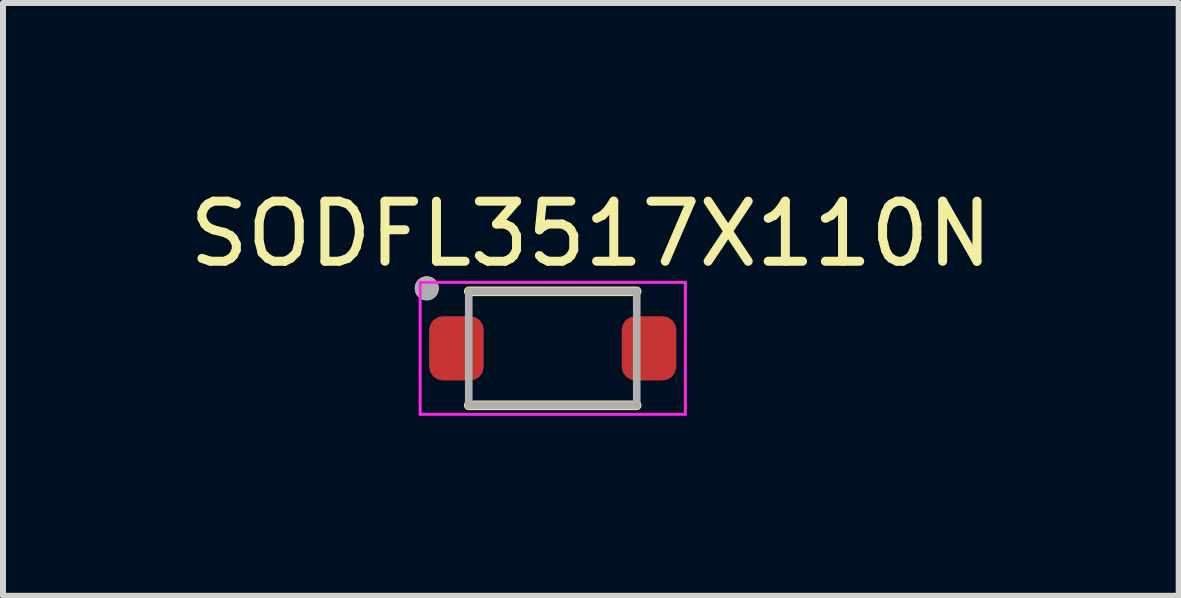
<source format=kicad_pcb>
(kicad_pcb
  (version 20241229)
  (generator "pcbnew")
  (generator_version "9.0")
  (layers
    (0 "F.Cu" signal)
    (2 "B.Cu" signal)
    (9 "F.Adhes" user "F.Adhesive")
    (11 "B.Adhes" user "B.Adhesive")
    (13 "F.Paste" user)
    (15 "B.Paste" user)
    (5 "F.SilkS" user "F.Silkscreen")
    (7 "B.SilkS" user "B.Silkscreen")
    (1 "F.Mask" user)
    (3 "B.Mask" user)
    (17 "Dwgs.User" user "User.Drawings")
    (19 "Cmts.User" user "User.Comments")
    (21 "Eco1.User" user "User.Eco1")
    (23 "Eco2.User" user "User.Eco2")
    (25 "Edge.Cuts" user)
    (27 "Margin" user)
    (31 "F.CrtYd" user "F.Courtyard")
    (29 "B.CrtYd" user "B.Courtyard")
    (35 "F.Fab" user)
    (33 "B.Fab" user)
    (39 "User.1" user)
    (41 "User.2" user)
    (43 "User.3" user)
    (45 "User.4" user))
  (footprint "SODFL3517X110N"
    (layer "F.Cu")
    (at 6.163 2.756)
    (property "Reference" "SODFL3517X110N" (at 0.636 -1.907 0) (layer "F.SilkS") (effects (font (size 1.001 1.001) (thickness 0.15))))
    (attr smd)
    (fp_line (start -1.4 0.95) (end 1.4 0.95) (stroke (width 0.16) (type solid)) (layer "F.SilkS"))
    (fp_line (start 1.4 -0.95) (end -1.4 -0.95) (stroke (width 0.16) (type solid)) (layer "F.SilkS"))
    (fp_circle (center -2.1 -1) (end -2 -1) (stroke (width 0.2) (type solid)) (fill no) (layer "F.SilkS"))
    (fp_line (start -2.21 -1.1) (end 2.21 -1.1) (stroke (width 0.05) (type solid)) (layer "F.CrtYd"))
    (fp_line (start -2.21 1.1) (end -2.21 -1.1) (stroke (width 0.05) (type solid)) (layer "F.CrtYd"))
    (fp_line (start 2.21 -1.1) (end 2.21 1.1) (stroke (width 0.05) (type solid)) (layer "F.CrtYd"))
    (fp_line (start 2.21 1.1) (end -2.21 1.1) (stroke (width 0.05) (type solid)) (layer "F.CrtYd"))
    (fp_line (start -1.4 -0.95) (end -1.4 0.95) (stroke (width 0.127) (type solid)) (layer "F.Fab"))
    (fp_line (start -1.4 0.95) (end 1.4 0.95) (stroke (width 0.127) (type solid)) (layer "F.Fab"))
    (fp_line (start 1.4 -0.95) (end -1.4 -0.95) (stroke (width 0.127) (type solid)) (layer "F.Fab"))
    (fp_line (start 1.4 0.95) (end 1.4 -0.95) (stroke (width 0.127) (type solid)) (layer "F.Fab"))
    (fp_circle (center -2.1 -1) (end -2 -1) (stroke (width 0.2) (type solid)) (fill no) (layer "F.Fab"))
    (pad "A" smd roundrect (at 1.605 0) (size 0.91 1.07) (layers "F.Cu" "F.Mask" "F.Paste") (roundrect_rratio 0.25))
    (pad "C" smd roundrect (at -1.605 0) (size 0.91 1.07) (layers "F.Cu" "F.Mask" "F.Paste") (roundrect_rratio 0.25))
    (zone (net_name "") (layer "F.Cu") (name "keepout") (hatch edge 0.5) (connect_pads) (min_thickness 0.25) (filled_areas_thickness no) (keepout (tracks allowed) (vias allowed) (pads allowed) (copperpour not_allowed) (footprints allowed)) (placement (enabled no)) (fill) (polygon (pts (xy 3.888 1.656) (xy 8.463 1.656) (xy 8.463 3.856) (xy 3.888 3.856)))))
  (gr_rect
    (start -3 -3)
    (end 16.597 6.881)
    (stroke (width 0.1) (type default))
    (fill no)
    (layer "Edge.Cuts")))
</source>
